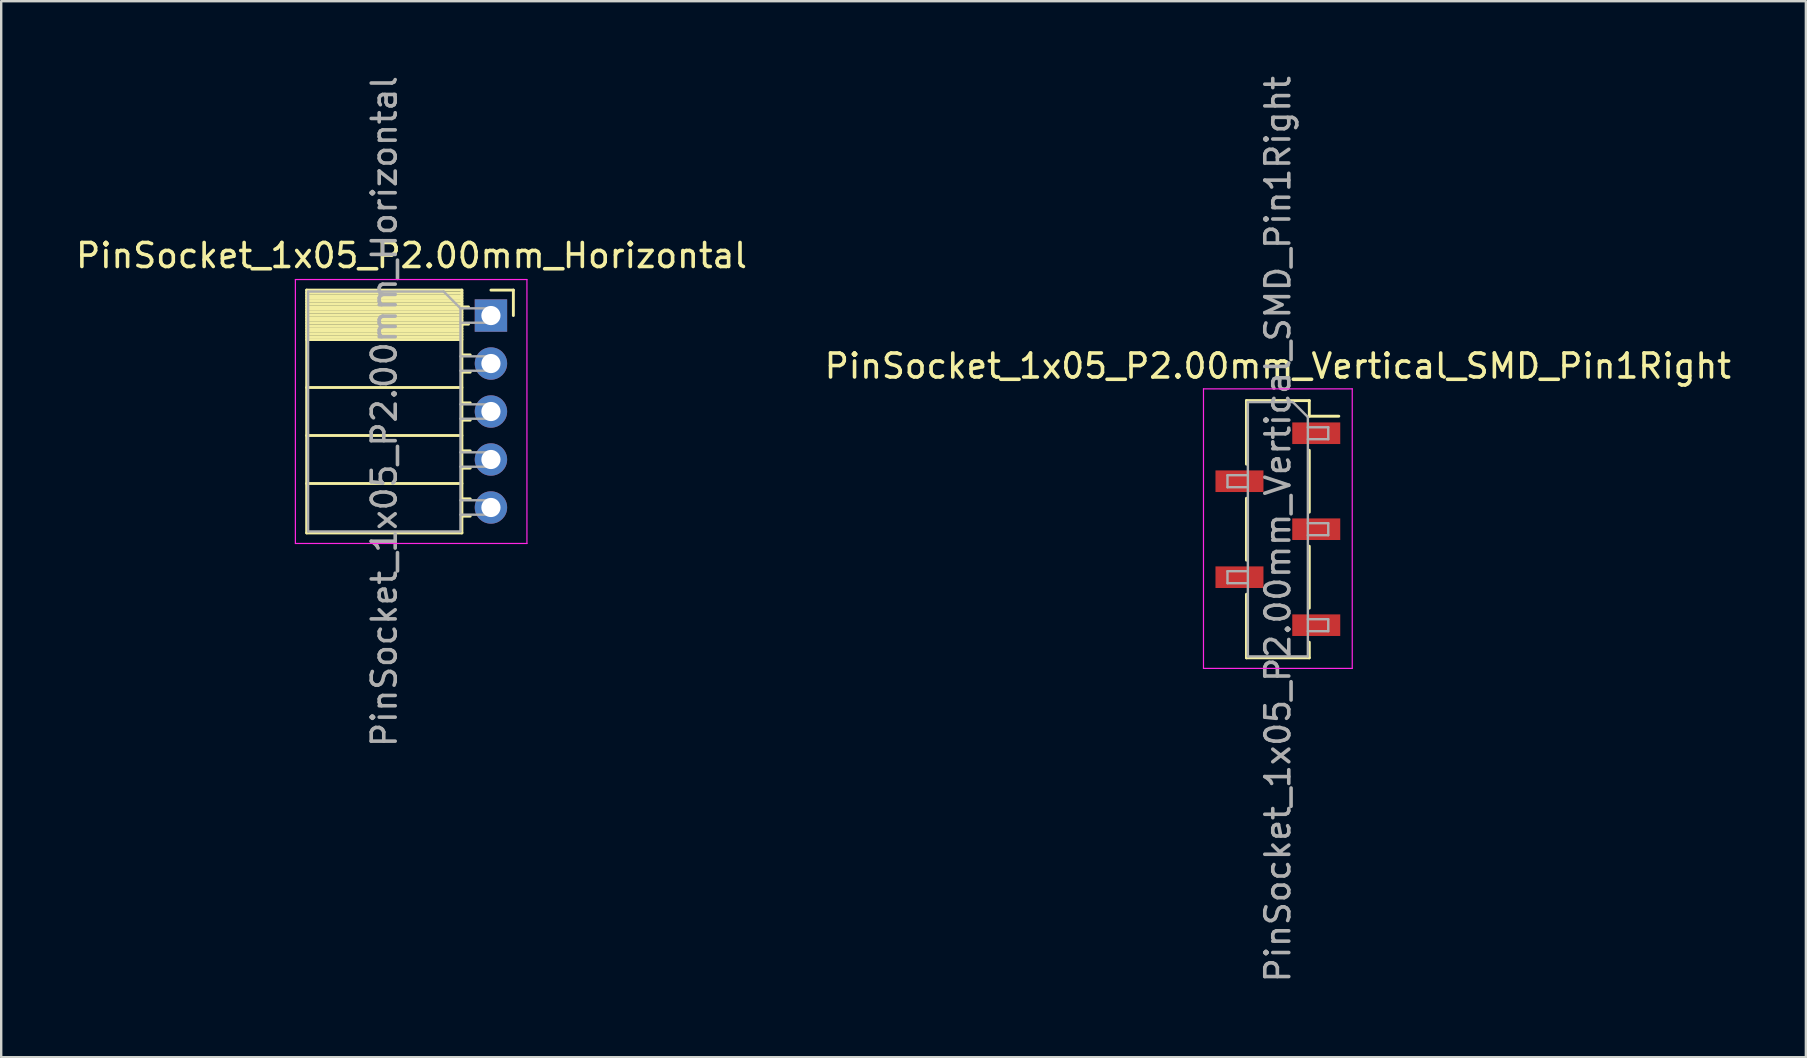
<source format=kicad_pcb>
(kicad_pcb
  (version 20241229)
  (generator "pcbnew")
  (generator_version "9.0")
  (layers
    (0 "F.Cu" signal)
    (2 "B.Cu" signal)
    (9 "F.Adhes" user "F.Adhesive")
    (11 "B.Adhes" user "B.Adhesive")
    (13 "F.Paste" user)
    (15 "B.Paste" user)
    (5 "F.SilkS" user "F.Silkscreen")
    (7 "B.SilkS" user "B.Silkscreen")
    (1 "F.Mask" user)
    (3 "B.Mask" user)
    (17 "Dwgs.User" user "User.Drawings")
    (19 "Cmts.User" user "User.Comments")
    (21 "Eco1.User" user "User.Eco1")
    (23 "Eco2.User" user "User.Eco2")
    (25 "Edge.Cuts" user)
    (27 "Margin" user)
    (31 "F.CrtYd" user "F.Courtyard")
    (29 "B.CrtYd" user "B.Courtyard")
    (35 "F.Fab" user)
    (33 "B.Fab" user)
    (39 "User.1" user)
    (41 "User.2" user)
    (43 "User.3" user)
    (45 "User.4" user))
  (footprint "PinSocket_1x05_P2.00mm_Horizontal"
    (layer "F.Cu")
    (at 17.411 10.101)
    (property "Reference" "PinSocket_1x05_P2.00mm_Horizontal" (at -3.31 -2.5 0) (layer "F.SilkS") (effects (font (size 1 1) (thickness 0.15))))
    (attr through_hole)
    (fp_line (start -7.68 -1.06) (end -7.68 9.06) (stroke (width 0.12) (type solid)) (layer "F.SilkS"))
    (fp_line (start -7.68 -1.06) (end -1.21 -1.06) (stroke (width 0.12) (type solid)) (layer "F.SilkS"))
    (fp_line (start -7.68 -0.94) (end -1.21 -0.94) (stroke (width 0.12) (type solid)) (layer "F.SilkS"))
    (fp_line (start -7.68 -0.826) (end -1.21 -0.826) (stroke (width 0.12) (type solid)) (layer "F.SilkS"))
    (fp_line (start -7.68 -0.712) (end -1.21 -0.712) (stroke (width 0.12) (type solid)) (layer "F.SilkS"))
    (fp_line (start -7.68 -0.598) (end -1.21 -0.598) (stroke (width 0.12) (type solid)) (layer "F.SilkS"))
    (fp_line (start -7.68 -0.484) (end -1.21 -0.484) (stroke (width 0.12) (type solid)) (layer "F.SilkS"))
    (fp_line (start -7.68 -0.369) (end -1.21 -0.369) (stroke (width 0.12) (type solid)) (layer "F.SilkS"))
    (fp_line (start -7.68 -0.255) (end -1.21 -0.255) (stroke (width 0.12) (type solid)) (layer "F.SilkS"))
    (fp_line (start -7.68 -0.141) (end -1.21 -0.141) (stroke (width 0.12) (type solid)) (layer "F.SilkS"))
    (fp_line (start -7.68 -0.027) (end -1.21 -0.027) (stroke (width 0.12) (type solid)) (layer "F.SilkS"))
    (fp_line (start -7.68 0.087) (end -1.21 0.087) (stroke (width 0.12) (type solid)) (layer "F.SilkS"))
    (fp_line (start -7.68 0.201) (end -1.21 0.201) (stroke (width 0.12) (type solid)) (layer "F.SilkS"))
    (fp_line (start -7.68 0.315) (end -1.21 0.315) (stroke (width 0.12) (type solid)) (layer "F.SilkS"))
    (fp_line (start -7.68 0.429) (end -1.21 0.429) (stroke (width 0.12) (type solid)) (layer "F.SilkS"))
    (fp_line (start -7.68 0.544) (end -1.21 0.544) (stroke (width 0.12) (type solid)) (layer "F.SilkS"))
    (fp_line (start -7.68 0.658) (end -1.21 0.658) (stroke (width 0.12) (type solid)) (layer "F.SilkS"))
    (fp_line (start -7.68 0.772) (end -1.21 0.772) (stroke (width 0.12) (type solid)) (layer "F.SilkS"))
    (fp_line (start -7.68 0.886) (end -1.21 0.886) (stroke (width 0.12) (type solid)) (layer "F.SilkS"))
    (fp_line (start -7.68 1) (end -1.21 1) (stroke (width 0.12) (type solid)) (layer "F.SilkS"))
    (fp_line (start -7.68 3) (end -1.21 3) (stroke (width 0.12) (type solid)) (layer "F.SilkS"))
    (fp_line (start -7.68 5) (end -1.21 5) (stroke (width 0.12) (type solid)) (layer "F.SilkS"))
    (fp_line (start -7.68 7) (end -1.21 7) (stroke (width 0.12) (type solid)) (layer "F.SilkS"))
    (fp_line (start -7.68 9.06) (end -1.21 9.06) (stroke (width 0.12) (type solid)) (layer "F.SilkS"))
    (fp_line (start -1.21 -1.06) (end -1.21 9.06) (stroke (width 0.12) (type solid)) (layer "F.SilkS"))
    (fp_line (start -1.21 -0.36) (end -0.935 -0.36) (stroke (width 0.12) (type solid)) (layer "F.SilkS"))
    (fp_line (start -1.21 0.36) (end -0.935 0.36) (stroke (width 0.12) (type solid)) (layer "F.SilkS"))
    (fp_line (start -1.21 1.64) (end -0.863 1.64) (stroke (width 0.12) (type solid)) (layer "F.SilkS"))
    (fp_line (start -1.21 2.36) (end -0.863 2.36) (stroke (width 0.12) (type solid)) (layer "F.SilkS"))
    (fp_line (start -1.21 3.64) (end -0.863 3.64) (stroke (width 0.12) (type solid)) (layer "F.SilkS"))
    (fp_line (start -1.21 4.36) (end -0.863 4.36) (stroke (width 0.12) (type solid)) (layer "F.SilkS"))
    (fp_line (start -1.21 5.64) (end -0.863 5.64) (stroke (width 0.12) (type solid)) (layer "F.SilkS"))
    (fp_line (start -1.21 6.36) (end -0.863 6.36) (stroke (width 0.12) (type solid)) (layer "F.SilkS"))
    (fp_line (start -1.21 7.64) (end -0.863 7.64) (stroke (width 0.12) (type solid)) (layer "F.SilkS"))
    (fp_line (start -1.21 8.36) (end -0.863 8.36) (stroke (width 0.12) (type solid)) (layer "F.SilkS"))
    (fp_line (start 0 -1.06) (end 0.935 -1.06) (stroke (width 0.12) (type solid)) (layer "F.SilkS"))
    (fp_line (start 0.935 -1.06) (end 0.935 0) (stroke (width 0.12) (type solid)) (layer "F.SilkS"))
    (fp_line (start -8.15 -1.5) (end -8.15 9.5) (stroke (width 0.05) (type solid)) (layer "F.CrtYd"))
    (fp_line (start -8.15 9.5) (end 1.5 9.5) (stroke (width 0.05) (type solid)) (layer "F.CrtYd"))
    (fp_line (start 1.5 -1.5) (end -8.15 -1.5) (stroke (width 0.05) (type solid)) (layer "F.CrtYd"))
    (fp_line (start 1.5 9.5) (end 1.5 -1.5) (stroke (width 0.05) (type solid)) (layer "F.CrtYd"))
    (fp_line (start -7.62 -1) (end -1.97 -1) (stroke (width 0.1) (type solid)) (layer "F.Fab"))
    (fp_line (start -7.62 9) (end -7.62 -1) (stroke (width 0.1) (type solid)) (layer "F.Fab"))
    (fp_line (start -1.97 -1) (end -1.27 -0.3) (stroke (width 0.1) (type solid)) (layer "F.Fab"))
    (fp_line (start -1.27 -0.3) (end -1.27 9) (stroke (width 0.1) (type solid)) (layer "F.Fab"))
    (fp_line (start -1.27 0.3) (end 0 0.3) (stroke (width 0.1) (type solid)) (layer "F.Fab"))
    (fp_line (start -1.27 2.3) (end 0 2.3) (stroke (width 0.1) (type solid)) (layer "F.Fab"))
    (fp_line (start -1.27 4.3) (end 0 4.3) (stroke (width 0.1) (type solid)) (layer "F.Fab"))
    (fp_line (start -1.27 6.3) (end 0 6.3) (stroke (width 0.1) (type solid)) (layer "F.Fab"))
    (fp_line (start -1.27 8.3) (end 0 8.3) (stroke (width 0.1) (type solid)) (layer "F.Fab"))
    (fp_line (start -1.27 9) (end -7.62 9) (stroke (width 0.1) (type solid)) (layer "F.Fab"))
    (fp_line (start 0 -0.3) (end -1.27 -0.3) (stroke (width 0.1) (type solid)) (layer "F.Fab"))
    (fp_line (start 0 0.3) (end 0 -0.3) (stroke (width 0.1) (type solid)) (layer "F.Fab"))
    (fp_line (start 0 1.7) (end -1.27 1.7) (stroke (width 0.1) (type solid)) (layer "F.Fab"))
    (fp_line (start 0 2.3) (end 0 1.7) (stroke (width 0.1) (type solid)) (layer "F.Fab"))
    (fp_line (start 0 3.7) (end -1.27 3.7) (stroke (width 0.1) (type solid)) (layer "F.Fab"))
    (fp_line (start 0 4.3) (end 0 3.7) (stroke (width 0.1) (type solid)) (layer "F.Fab"))
    (fp_line (start 0 5.7) (end -1.27 5.7) (stroke (width 0.1) (type solid)) (layer "F.Fab"))
    (fp_line (start 0 6.3) (end 0 5.7) (stroke (width 0.1) (type solid)) (layer "F.Fab"))
    (fp_line (start 0 7.7) (end -1.27 7.7) (stroke (width 0.1) (type solid)) (layer "F.Fab"))
    (fp_line (start 0 8.3) (end 0 7.7) (stroke (width 0.1) (type solid)) (layer "F.Fab"))
    (fp_text user "${REFERENCE}" (at -4.445 4 90) (layer "F.Fab") (effects (font (size 1 1) (thickness 0.15))))
    (pad "1" thru_hole rect (at 0 0) (size 1.35 1.35) (drill 0.8) (layers "*.Cu" "*.Mask"))
    (pad "2" thru_hole oval (at 0 2) (size 1.35 1.35) (drill 0.8) (layers "*.Cu" "*.Mask"))
    (pad "3" thru_hole oval (at 0 4) (size 1.35 1.35) (drill 0.8) (layers "*.Cu" "*.Mask"))
    (pad "4" thru_hole oval (at 0 6) (size 1.35 1.35) (drill 0.8) (layers "*.Cu" "*.Mask"))
    (pad "5" thru_hole oval (at 0 8) (size 1.35 1.35) (drill 0.8) (layers "*.Cu" "*.Mask")))
  (footprint "PinSocket_1x05_P2.00mm_Vertical_SMD_Pin1Right"
    (layer "F.Cu")
    (at 50.208 19.006)
    (property "Reference" "PinSocket_1x05_P2.00mm_Vertical_SMD_Pin1Right" (at 0 -6.8 0) (layer "F.SilkS") (effects (font (size 1 1) (thickness 0.15))))
    (attr smd)
    (fp_line (start -1.31 -5.36) (end -1.31 -2.71) (stroke (width 0.12) (type solid)) (layer "F.SilkS"))
    (fp_line (start -1.31 -5.36) (end 1.31 -5.36) (stroke (width 0.12) (type solid)) (layer "F.SilkS"))
    (fp_line (start -1.31 -1.29) (end -1.31 1.29) (stroke (width 0.12) (type solid)) (layer "F.SilkS"))
    (fp_line (start -1.31 2.71) (end -1.31 5.36) (stroke (width 0.12) (type solid)) (layer "F.SilkS"))
    (fp_line (start -1.31 5.36) (end 1.31 5.36) (stroke (width 0.12) (type solid)) (layer "F.SilkS"))
    (fp_line (start 1.31 -5.36) (end 1.31 -4.71) (stroke (width 0.12) (type solid)) (layer "F.SilkS"))
    (fp_line (start 1.31 -4.71) (end 2.54 -4.71) (stroke (width 0.12) (type solid)) (layer "F.SilkS"))
    (fp_line (start 1.31 -3.29) (end 1.31 -0.71) (stroke (width 0.12) (type solid)) (layer "F.SilkS"))
    (fp_line (start 1.31 0.71) (end 1.31 3.29) (stroke (width 0.12) (type solid)) (layer "F.SilkS"))
    (fp_line (start 1.31 4.71) (end 1.31 5.36) (stroke (width 0.12) (type solid)) (layer "F.SilkS"))
    (fp_line (start -3.1 -5.85) (end 3.1 -5.85) (stroke (width 0.05) (type solid)) (layer "F.CrtYd"))
    (fp_line (start -3.1 5.8) (end -3.1 -5.85) (stroke (width 0.05) (type solid)) (layer "F.CrtYd"))
    (fp_line (start 3.1 -5.85) (end 3.1 5.8) (stroke (width 0.05) (type solid)) (layer "F.CrtYd"))
    (fp_line (start 3.1 5.8) (end -3.1 5.8) (stroke (width 0.05) (type solid)) (layer "F.CrtYd"))
    (fp_line (start -2.1 -2.25) (end -1.25 -2.25) (stroke (width 0.1) (type solid)) (layer "F.Fab"))
    (fp_line (start -2.1 -1.75) (end -2.1 -2.25) (stroke (width 0.1) (type solid)) (layer "F.Fab"))
    (fp_line (start -2.1 1.75) (end -1.25 1.75) (stroke (width 0.1) (type solid)) (layer "F.Fab"))
    (fp_line (start -2.1 2.25) (end -2.1 1.75) (stroke (width 0.1) (type solid)) (layer "F.Fab"))
    (fp_line (start -1.25 -5.3) (end 0.625 -5.3) (stroke (width 0.1) (type solid)) (layer "F.Fab"))
    (fp_line (start -1.25 -1.75) (end -2.1 -1.75) (stroke (width 0.1) (type solid)) (layer "F.Fab"))
    (fp_line (start -1.25 2.25) (end -2.1 2.25) (stroke (width 0.1) (type solid)) (layer "F.Fab"))
    (fp_line (start -1.25 5.3) (end -1.25 -5.3) (stroke (width 0.1) (type solid)) (layer "F.Fab"))
    (fp_line (start 0.625 -5.3) (end 1.25 -4.675) (stroke (width 0.1) (type solid)) (layer "F.Fab"))
    (fp_line (start 1.25 -4.675) (end 1.25 5.3) (stroke (width 0.1) (type solid)) (layer "F.Fab"))
    (fp_line (start 1.25 -4.25) (end 2.1 -4.25) (stroke (width 0.1) (type solid)) (layer "F.Fab"))
    (fp_line (start 1.25 -0.25) (end 2.1 -0.25) (stroke (width 0.1) (type solid)) (layer "F.Fab"))
    (fp_line (start 1.25 3.75) (end 2.1 3.75) (stroke (width 0.1) (type solid)) (layer "F.Fab"))
    (fp_line (start 1.25 5.3) (end -1.25 5.3) (stroke (width 0.1) (type solid)) (layer "F.Fab"))
    (fp_line (start 2.1 -4.25) (end 2.1 -3.75) (stroke (width 0.1) (type solid)) (layer "F.Fab"))
    (fp_line (start 2.1 -3.75) (end 1.25 -3.75) (stroke (width 0.1) (type solid)) (layer "F.Fab"))
    (fp_line (start 2.1 -0.25) (end 2.1 0.25) (stroke (width 0.1) (type solid)) (layer "F.Fab"))
    (fp_line (start 2.1 0.25) (end 1.25 0.25) (stroke (width 0.1) (type solid)) (layer "F.Fab"))
    (fp_line (start 2.1 3.75) (end 2.1 4.25) (stroke (width 0.1) (type solid)) (layer "F.Fab"))
    (fp_line (start 2.1 4.25) (end 1.25 4.25) (stroke (width 0.1) (type solid)) (layer "F.Fab"))
    (fp_text user "${REFERENCE}" (at 0 0 90) (layer "F.Fab") (effects (font (size 1 1) (thickness 0.15))))
    (pad "1" smd rect (at 1.6 -4) (size 2 0.9) (layers "F.Cu" "F.Mask" "F.Paste"))
    (pad "2" smd rect (at -1.6 -2) (size 2 0.9) (layers "F.Cu" "F.Mask" "F.Paste"))
    (pad "3" smd rect (at 1.6 0) (size 2 0.9) (layers "F.Cu" "F.Mask" "F.Paste"))
    (pad "4" smd rect (at -1.6 2) (size 2 0.9) (layers "F.Cu" "F.Mask" "F.Paste"))
    (pad "5" smd rect (at 1.6 4) (size 2 0.9) (layers "F.Cu" "F.Mask" "F.Paste")))
  (gr_rect
    (start -3 -3)
    (end 72.214 41.012)
    (stroke (width 0.1) (type default))
    (fill no)
    (layer "Edge.Cuts")))
</source>
